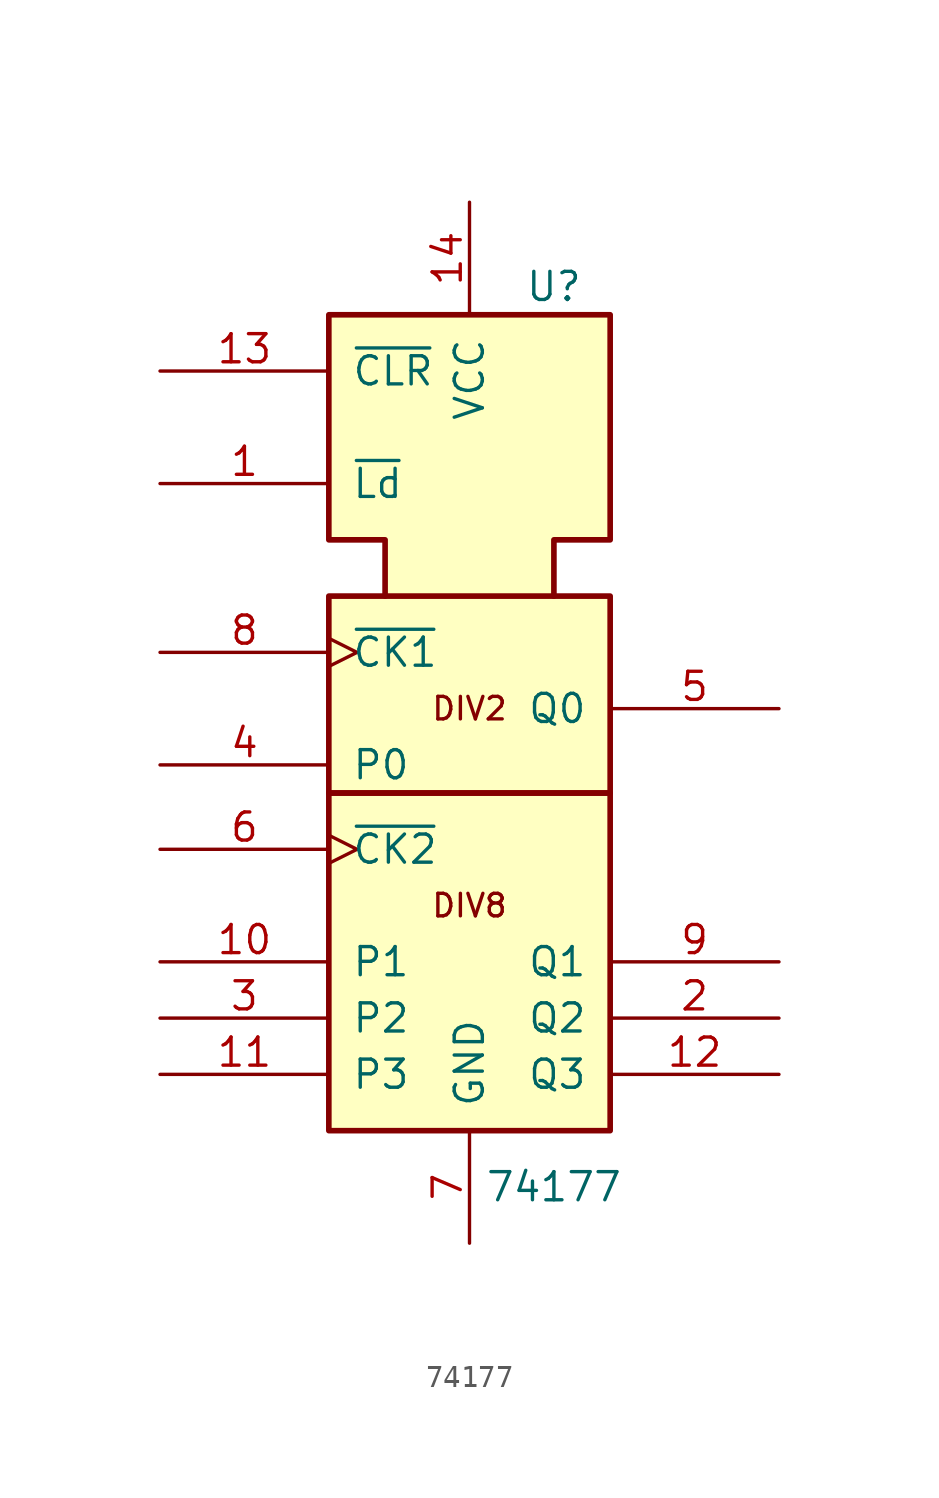
<source format=kicad_sym>
(kicad_symbol_lib
  (version 20220914)
  (generator kicad_symbol_editor)
  (symbol "74177"
    (pin_names
      (offset 1.016))
    (property "Reference" "U"
      (at 3.81 13.97 0)
      (effects (font (size 1.27 1.27))))
    (property "Value" "74177"
      (at 3.81 -26.67 0)
      (effects (font (size 1.27 1.27))))
    (symbol "74177_0_0"
      (rectangle (start -6.35 -8.89) (end 6.35 -24.13) (stroke (width 0.254) (type default)) (fill (type background)))
      (rectangle (start -6.35 0) (end 6.35 -8.89) (stroke (width 0.254) (type default)) (fill (type background)))
      (polyline (pts (xy -3.81 0) (xy -3.81 2.54) (xy -6.35 2.54) (xy -6.35 12.7) (xy 6.35 12.7) (xy 6.35 2.54) (xy 3.81 2.54) (xy 3.81 0) (xy 3.81 0)) (stroke (width 0.254) (type default)) (fill (type background)))
      (text "DIV2" (at 0 -5.08 0) (effects (font (size 1.016 1.016))))
      (text "DIV8" (at 0 -13.97 0) (effects (font (size 1.016 1.016))))
      (pin power_in line (at 0 17.78 270) (length 5.08) (name "VCC" (effects (font (size 1.27 1.27)))) (number "14" (effects (font (size 1.27 1.27)))))
      (pin power_in line (at 0 -29.21 90) (length 5.08) (name "GND" (effects (font (size 1.27 1.27)))) (number "7" (effects (font (size 1.27 1.27))))))
    (symbol "74177_1_1"
      (pin input line (at -13.97 5.08 0) (length 7.62) (name "~{Ld}" (effects (font (size 1.27 1.27)))) (number "1" (effects (font (size 1.27 1.27)))))
      (pin input line (at -13.97 -16.51 0) (length 7.62) (name "P1" (effects (font (size 1.27 1.27)))) (number "10" (effects (font (size 1.27 1.27)))))
      (pin input line (at -13.97 -21.59 0) (length 7.62) (name "P3" (effects (font (size 1.27 1.27)))) (number "11" (effects (font (size 1.27 1.27)))))
      (pin output line (at 13.97 -21.59 180) (length 7.62) (name "Q3" (effects (font (size 1.27 1.27)))) (number "12" (effects (font (size 1.27 1.27)))))
      (pin input line (at -13.97 10.16 0) (length 7.62) (name "~{CLR}" (effects (font (size 1.27 1.27)))) (number "13" (effects (font (size 1.27 1.27)))))
      (pin output line (at 13.97 -19.05 180) (length 7.62) (name "Q2" (effects (font (size 1.27 1.27)))) (number "2" (effects (font (size 1.27 1.27)))))
      (pin input line (at -13.97 -19.05 0) (length 7.62) (name "P2" (effects (font (size 1.27 1.27)))) (number "3" (effects (font (size 1.27 1.27)))))
      (pin input line (at -13.97 -7.62 0) (length 7.62) (name "P0" (effects (font (size 1.27 1.27)))) (number "4" (effects (font (size 1.27 1.27)))))
      (pin output line (at 13.97 -5.08 180) (length 7.62) (name "Q0" (effects (font (size 1.27 1.27)))) (number "5" (effects (font (size 1.27 1.27)))))
      (pin input clock (at -13.97 -11.43 0) (length 7.62) (name "~{CK2}" (effects (font (size 1.27 1.27)))) (number "6" (effects (font (size 1.27 1.27)))))
      (pin input clock (at -13.97 -2.54 0) (length 7.62) (name "~{CK1}" (effects (font (size 1.27 1.27)))) (number "8" (effects (font (size 1.27 1.27)))))
      (pin output line (at 13.97 -16.51 180) (length 7.62) (name "Q1" (effects (font (size 1.27 1.27)))) (number "9" (effects (font (size 1.27 1.27))))))))
</source>
